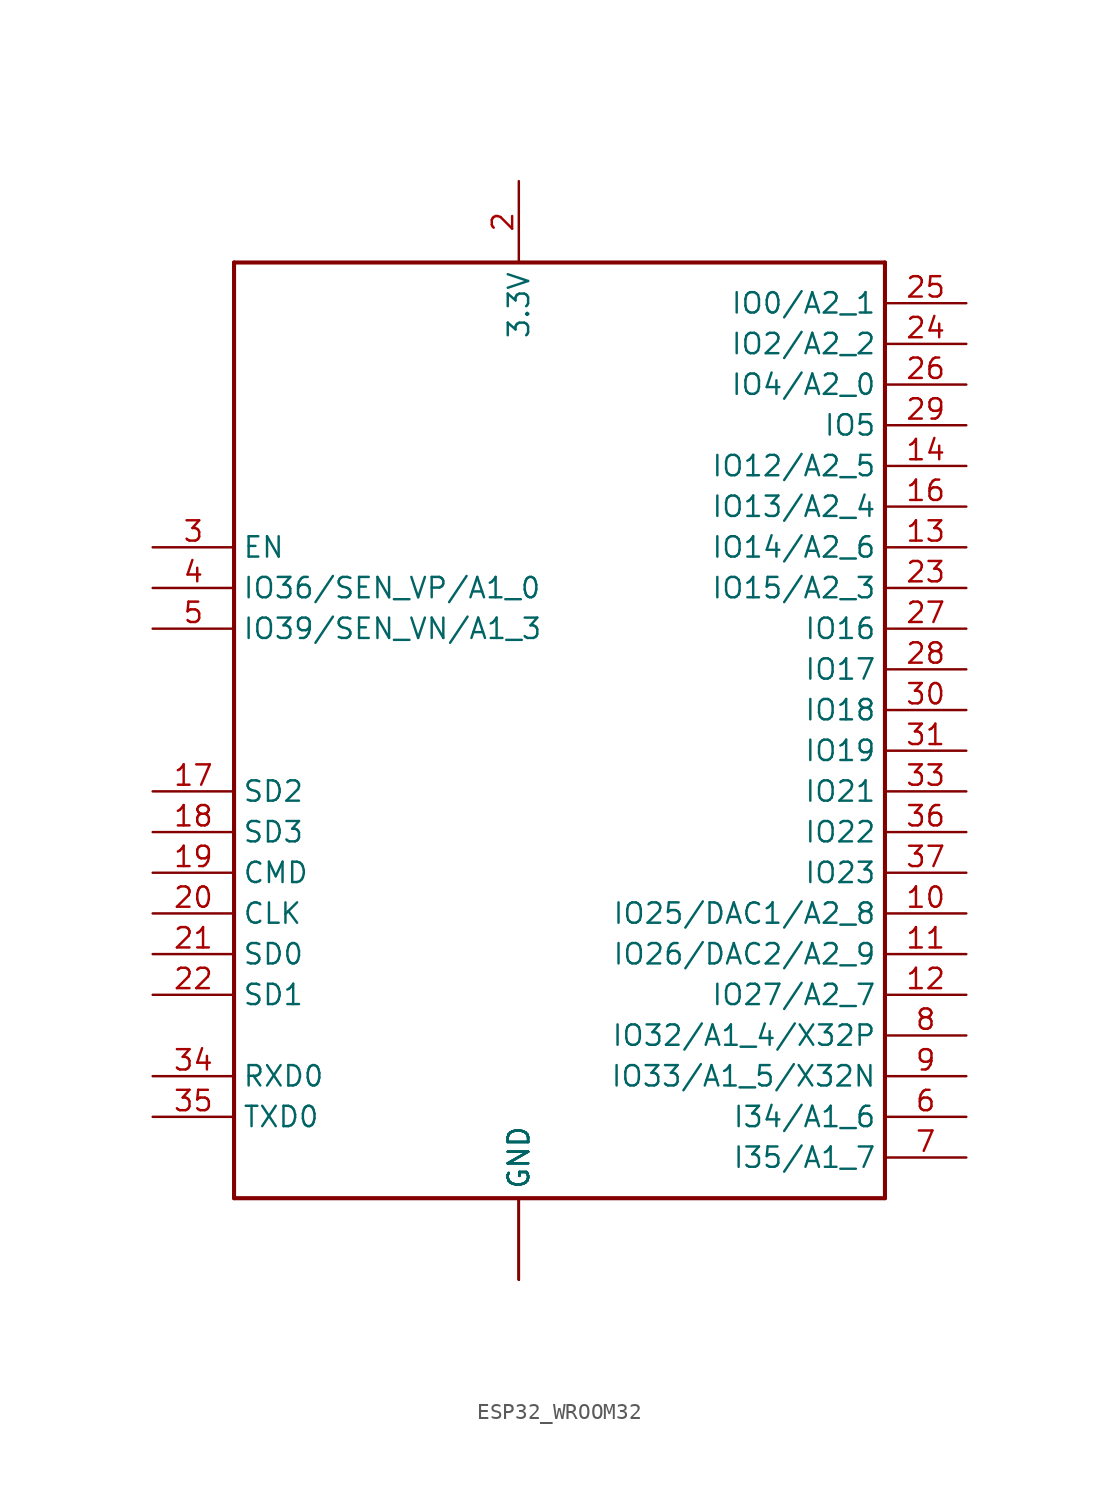
<source format=kicad_sym>
(kicad_symbol_lib
  (version 20220914)
  (generator kicad_symbol_editor)
  (symbol "ESP32_WROOM32"
    (property "Reference" "X"
      (at 0 0 0)
      (effects (font (size 1.27 1.27)) hide))
    (property "ki_locked" ""
      (at 0 0 0)
      (effects (font (size 1.27 1.27))))
    (symbol "ESP32_WROOM32_1_0"
      (polyline (pts (xy -17.78 -22.86) (xy -17.78 35.56)) (stroke (width 0.254) (type solid)) (fill (type none)))
      (polyline (pts (xy -17.78 35.56) (xy 22.86 35.56)) (stroke (width 0.254) (type solid)) (fill (type none)))
      (polyline (pts (xy 22.86 -22.86) (xy -17.78 -22.86)) (stroke (width 0.254) (type solid)) (fill (type none)))
      (polyline (pts (xy 22.86 35.56) (xy 22.86 -22.86)) (stroke (width 0.254) (type solid)) (fill (type none)))
      (pin passive line (at 0 -27.94 90) (length 5.08) (name "GND" (effects (font (size 1.27 1.27)))) (number "1" (effects (font (size 0 0)))))
      (pin bidirectional line (at 27.94 -5.08 180) (length 5.08) (name "IO25/DAC1/A2_8" (effects (font (size 1.27 1.27)))) (number "10" (effects (font (size 1.27 1.27)))))
      (pin bidirectional line (at 27.94 -7.62 180) (length 5.08) (name "IO26/DAC2/A2_9" (effects (font (size 1.27 1.27)))) (number "11" (effects (font (size 1.27 1.27)))))
      (pin bidirectional line (at 27.94 -10.16 180) (length 5.08) (name "IO27/A2_7" (effects (font (size 1.27 1.27)))) (number "12" (effects (font (size 1.27 1.27)))))
      (pin bidirectional line (at 27.94 17.78 180) (length 5.08) (name "IO14/A2_6" (effects (font (size 1.27 1.27)))) (number "13" (effects (font (size 1.27 1.27)))))
      (pin bidirectional line (at 27.94 22.86 180) (length 5.08) (name "IO12/A2_5" (effects (font (size 1.27 1.27)))) (number "14" (effects (font (size 1.27 1.27)))))
      (pin passive line (at 0 -27.94 90) (length 5.08) (name "GND" (effects (font (size 1.27 1.27)))) (number "15" (effects (font (size 0 0)))))
      (pin bidirectional line (at 27.94 20.32 180) (length 5.08) (name "IO13/A2_4" (effects (font (size 1.27 1.27)))) (number "16" (effects (font (size 1.27 1.27)))))
      (pin bidirectional line (at -22.86 2.54 0) (length 5.08) (name "SD2" (effects (font (size 1.27 1.27)))) (number "17" (effects (font (size 1.27 1.27)))))
      (pin bidirectional line (at -22.86 0 0) (length 5.08) (name "SD3" (effects (font (size 1.27 1.27)))) (number "18" (effects (font (size 1.27 1.27)))))
      (pin bidirectional line (at -22.86 -2.54 0) (length 5.08) (name "CMD" (effects (font (size 1.27 1.27)))) (number "19" (effects (font (size 1.27 1.27)))))
      (pin passive line (at 0 40.64 270) (length 5.08) (name "3.3V" (effects (font (size 1.27 1.27)))) (number "2" (effects (font (size 1.27 1.27)))))
      (pin bidirectional line (at -22.86 -5.08 0) (length 5.08) (name "CLK" (effects (font (size 1.27 1.27)))) (number "20" (effects (font (size 1.27 1.27)))))
      (pin bidirectional line (at -22.86 -7.62 0) (length 5.08) (name "SD0" (effects (font (size 1.27 1.27)))) (number "21" (effects (font (size 1.27 1.27)))))
      (pin bidirectional line (at -22.86 -10.16 0) (length 5.08) (name "SD1" (effects (font (size 1.27 1.27)))) (number "22" (effects (font (size 1.27 1.27)))))
      (pin bidirectional line (at 27.94 15.24 180) (length 5.08) (name "IO15/A2_3" (effects (font (size 1.27 1.27)))) (number "23" (effects (font (size 1.27 1.27)))))
      (pin bidirectional line (at 27.94 30.48 180) (length 5.08) (name "IO2/A2_2" (effects (font (size 1.27 1.27)))) (number "24" (effects (font (size 1.27 1.27)))))
      (pin bidirectional line (at 27.94 33.02 180) (length 5.08) (name "IO0/A2_1" (effects (font (size 1.27 1.27)))) (number "25" (effects (font (size 1.27 1.27)))))
      (pin bidirectional line (at 27.94 27.94 180) (length 5.08) (name "IO4/A2_0" (effects (font (size 1.27 1.27)))) (number "26" (effects (font (size 1.27 1.27)))))
      (pin bidirectional line (at 27.94 12.7 180) (length 5.08) (name "IO16" (effects (font (size 1.27 1.27)))) (number "27" (effects (font (size 1.27 1.27)))))
      (pin bidirectional line (at 27.94 10.16 180) (length 5.08) (name "IO17" (effects (font (size 1.27 1.27)))) (number "28" (effects (font (size 1.27 1.27)))))
      (pin bidirectional line (at 27.94 25.4 180) (length 5.08) (name "IO5" (effects (font (size 1.27 1.27)))) (number "29" (effects (font (size 1.27 1.27)))))
      (pin input line (at -22.86 17.78 0) (length 5.08) (name "EN" (effects (font (size 1.27 1.27)))) (number "3" (effects (font (size 1.27 1.27)))))
      (pin bidirectional line (at 27.94 7.62 180) (length 5.08) (name "IO18" (effects (font (size 1.27 1.27)))) (number "30" (effects (font (size 1.27 1.27)))))
      (pin bidirectional line (at 27.94 5.08 180) (length 5.08) (name "IO19" (effects (font (size 1.27 1.27)))) (number "31" (effects (font (size 1.27 1.27)))))
      (pin bidirectional line (at 27.94 2.54 180) (length 5.08) (name "IO21" (effects (font (size 1.27 1.27)))) (number "33" (effects (font (size 1.27 1.27)))))
      (pin input line (at -22.86 -15.24 0) (length 5.08) (name "RXD0" (effects (font (size 1.27 1.27)))) (number "34" (effects (font (size 1.27 1.27)))))
      (pin output line (at -22.86 -17.78 0) (length 5.08) (name "TXD0" (effects (font (size 1.27 1.27)))) (number "35" (effects (font (size 1.27 1.27)))))
      (pin bidirectional line (at 27.94 0 180) (length 5.08) (name "IO22" (effects (font (size 1.27 1.27)))) (number "36" (effects (font (size 1.27 1.27)))))
      (pin bidirectional line (at 27.94 -2.54 180) (length 5.08) (name "IO23" (effects (font (size 1.27 1.27)))) (number "37" (effects (font (size 1.27 1.27)))))
      (pin passive line (at 0 -27.94 90) (length 5.08) (name "GND" (effects (font (size 1.27 1.27)))) (number "38" (effects (font (size 0 0)))))
      (pin passive line (at -22.86 15.24 0) (length 5.08) (name "IO36/SEN_VP/A1_0" (effects (font (size 1.27 1.27)))) (number "4" (effects (font (size 1.27 1.27)))))
      (pin passive line (at -22.86 12.7 0) (length 5.08) (name "IO39/SEN_VN/A1_3" (effects (font (size 1.27 1.27)))) (number "5" (effects (font (size 1.27 1.27)))))
      (pin bidirectional line (at 27.94 -17.78 180) (length 5.08) (name "I34/A1_6" (effects (font (size 1.27 1.27)))) (number "6" (effects (font (size 1.27 1.27)))))
      (pin bidirectional line (at 27.94 -20.32 180) (length 5.08) (name "I35/A1_7" (effects (font (size 1.27 1.27)))) (number "7" (effects (font (size 1.27 1.27)))))
      (pin bidirectional line (at 27.94 -12.7 180) (length 5.08) (name "IO32/A1_4/X32P" (effects (font (size 1.27 1.27)))) (number "8" (effects (font (size 1.27 1.27)))))
      (pin bidirectional line (at 27.94 -15.24 180) (length 5.08) (name "IO33/A1_5/X32N" (effects (font (size 1.27 1.27)))) (number "9" (effects (font (size 1.27 1.27)))))
      (pin passive line (at 0 -27.94 90) (length 5.08) (name "GND" (effects (font (size 1.27 1.27)))) (number "P$1" (effects (font (size 0 0))))))))
</source>
